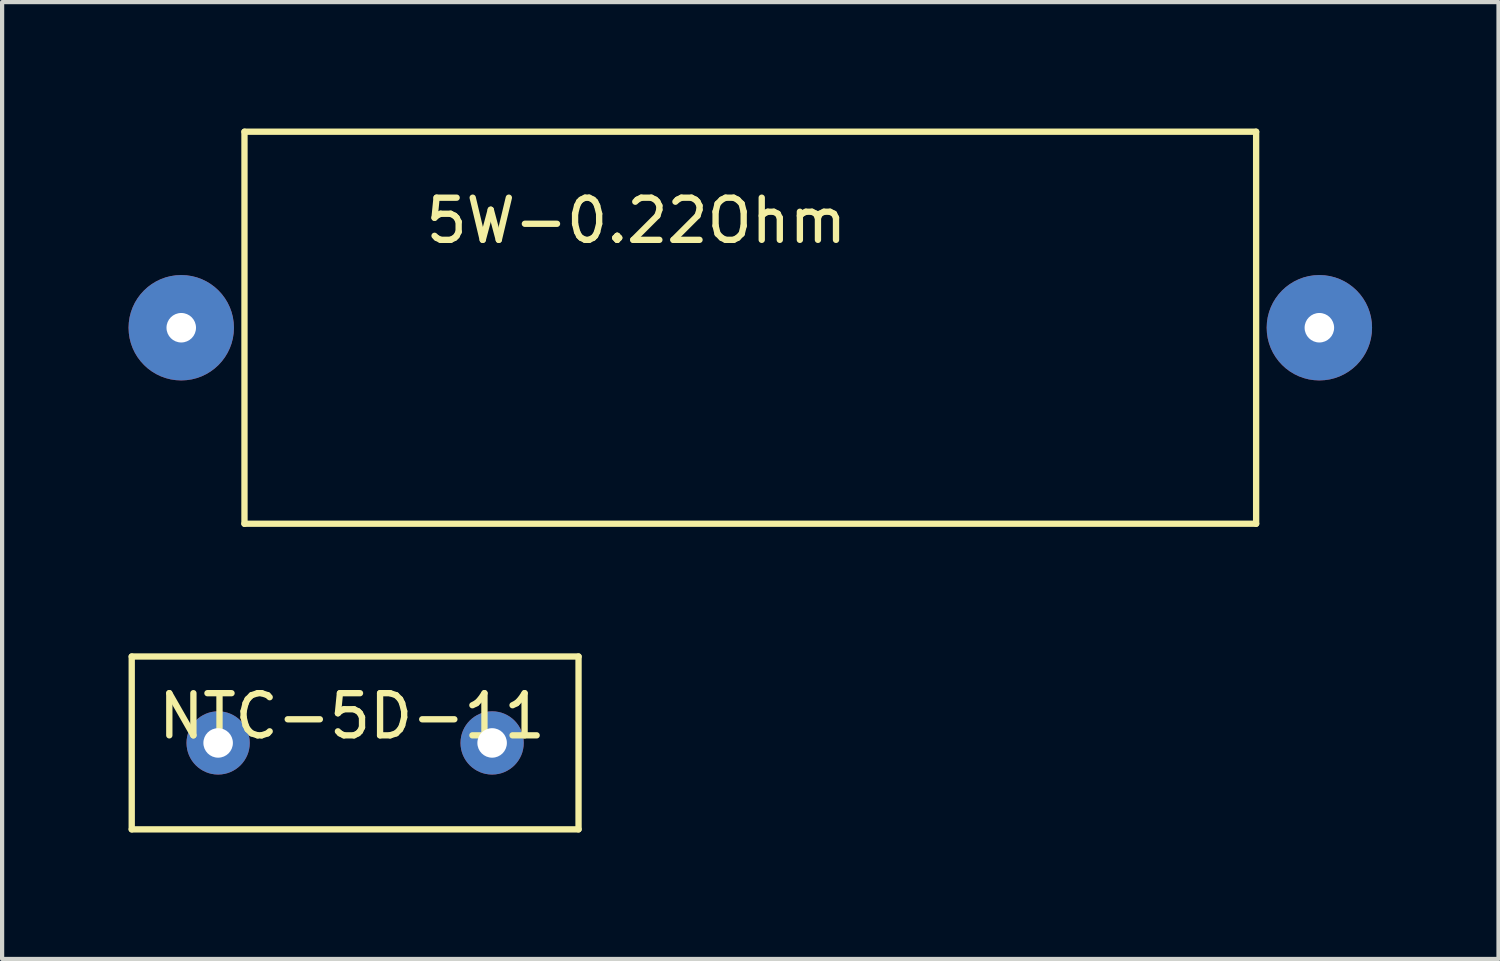
<source format=kicad_pcb>
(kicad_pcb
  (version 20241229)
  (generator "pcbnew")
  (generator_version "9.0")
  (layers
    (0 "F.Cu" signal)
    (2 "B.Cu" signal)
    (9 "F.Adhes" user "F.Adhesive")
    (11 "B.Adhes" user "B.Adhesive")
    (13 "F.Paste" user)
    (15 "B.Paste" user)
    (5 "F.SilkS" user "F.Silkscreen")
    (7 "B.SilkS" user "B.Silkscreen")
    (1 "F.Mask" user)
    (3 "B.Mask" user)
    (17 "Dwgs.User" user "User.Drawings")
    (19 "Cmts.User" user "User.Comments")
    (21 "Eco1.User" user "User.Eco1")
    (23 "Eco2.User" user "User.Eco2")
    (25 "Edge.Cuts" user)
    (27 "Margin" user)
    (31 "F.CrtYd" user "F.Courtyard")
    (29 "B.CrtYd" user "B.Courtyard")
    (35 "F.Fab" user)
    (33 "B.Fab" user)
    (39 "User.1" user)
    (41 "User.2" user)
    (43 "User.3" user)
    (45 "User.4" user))
  (footprint "5W-0.22Ohm"
    (layer "F.Cu")
    (at 1.25 4.725)
    (property "Reference" "5W-0.22Ohm" (at 10.795 -2.54 0) (layer "F.SilkS") (effects (font (size 1 1) (thickness 0.15))))
    (attr through_hole)
    (fp_line (start 1.5 -4.65) (end 25.5 -4.65) (stroke (width 0.15) (type solid)) (layer "F.SilkS"))
    (fp_line (start 1.5 4.65) (end 1.5 -4.65) (stroke (width 0.15) (type solid)) (layer "F.SilkS"))
    (fp_line (start 25.5 -4.65) (end 25.5 4.65) (stroke (width 0.15) (type solid)) (layer "F.SilkS"))
    (fp_line (start 25.5 4.65) (end 1.5 4.65) (stroke (width 0.15) (type solid)) (layer "F.SilkS"))
    (pad "1" thru_hole circle (at 0 0) (size 2.5 2.5) (drill 0.7) (layers "B.Cu" "B.Mask"))
    (pad "2" thru_hole circle (at 27 0) (size 2.5 2.5) (drill 0.7) (layers "B.Cu" "B.Mask")))
  (footprint "NTC-5D-11"
    (layer "F.Cu")
    (at 2.125 14.575)
    (property "Reference" "NTC-5D-11" (at 3.175 -0.635 0) (layer "F.SilkS") (effects (font (size 1 1) (thickness 0.15))))
    (attr through_hole)
    (fp_line (start -2.05 -2.05) (end 8.55 -2.05) (stroke (width 0.15) (type solid)) (layer "F.SilkS"))
    (fp_line (start -2.05 2.05) (end -2.05 -2.05) (stroke (width 0.15) (type solid)) (layer "F.SilkS"))
    (fp_line (start 8.55 -2.05) (end 8.55 2.05) (stroke (width 0.15) (type solid)) (layer "F.SilkS"))
    (fp_line (start 8.55 2.05) (end -2.05 2.05) (stroke (width 0.15) (type solid)) (layer "F.SilkS"))
    (pad "1" thru_hole circle (at 0 0) (size 1.5 1.5) (drill 0.7) (layers "B.Cu" "B.Mask"))
    (pad "2" thru_hole circle (at 6.5 0) (size 1.5 1.5) (drill 0.7) (layers "B.Cu" "B.Mask")))
  (gr_rect
    (start -3 -3)
    (end 32.5 19.7)
    (stroke (width 0.1) (type default))
    (fill no)
    (layer "Edge.Cuts")))
</source>
